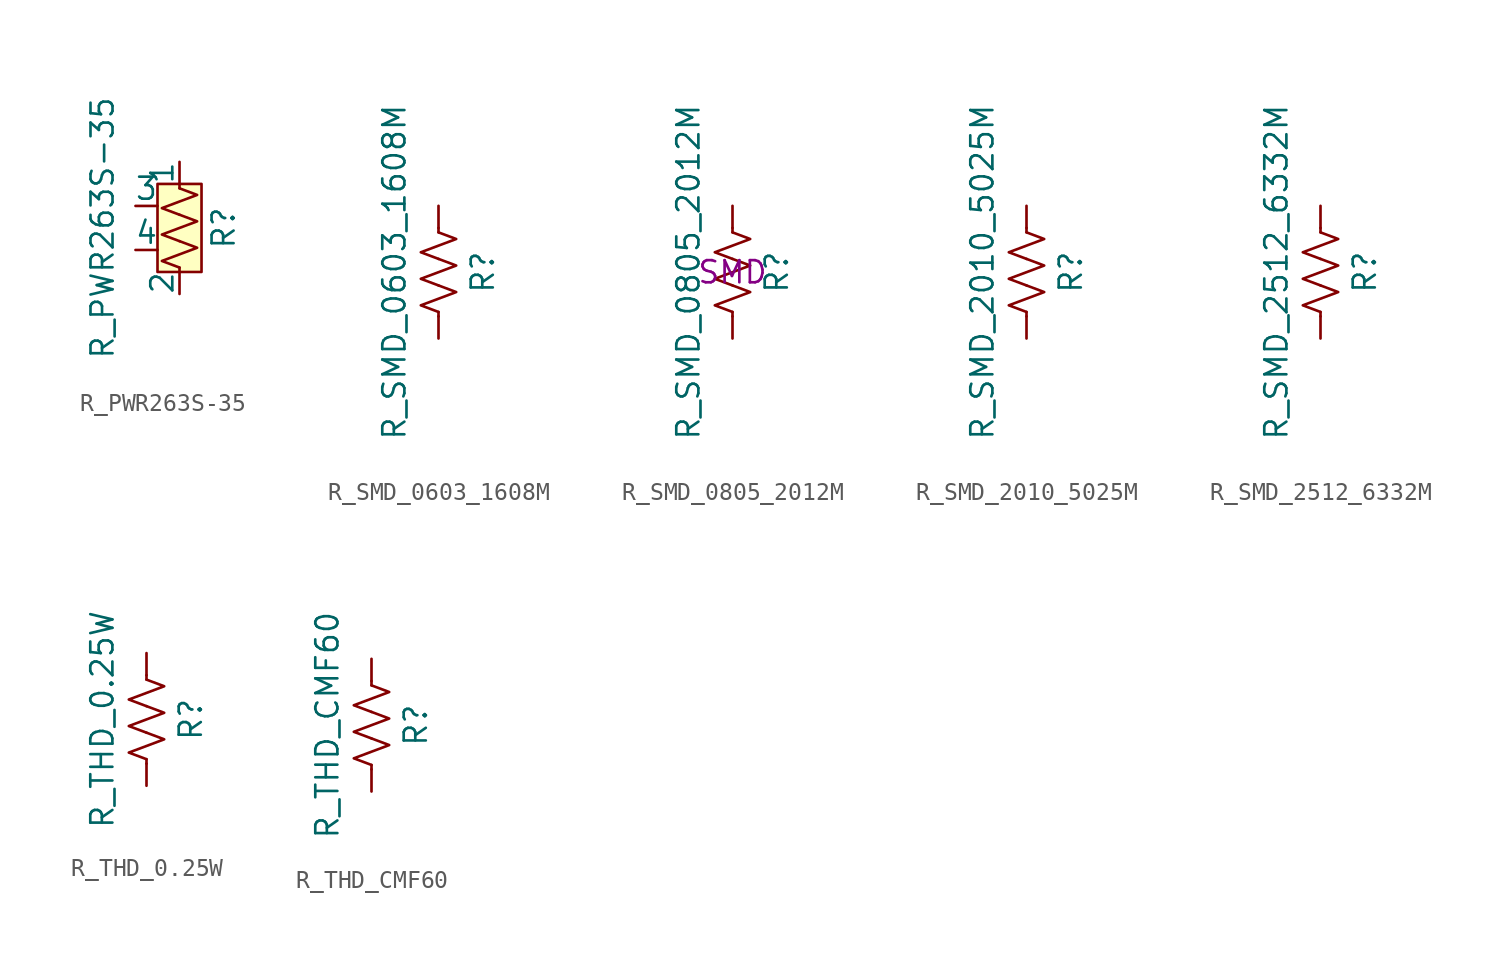
<source format=kicad_sym>
(kicad_symbol_lib
  (version 20231120)
  (generator "kicad_symbol_editor")
  (generator_version "8.0")
  (symbol "R_PWR263S-35"
    (pin_numbers hide)
    (pin_names
      (offset 0))
    (property "Reference" "R"
      (at 2.54 0 90)
      (effects (font (size 1.27 1.27))))
    (property "Value" "R_PWR263S-35"
      (at -4.445 0 90)
      (effects (font (size 1.27 1.27))))
    (symbol "R_PWR263S-35_0_1"
      (rectangle (start -1.27 2.54) (end 1.27 -2.54) (stroke (width 0) (type default)) (fill (type background)))
      (polyline (pts (xy 0 -2.286) (xy 0 -2.54)) (stroke (width 0) (type default)) (fill (type none)))
      (polyline (pts (xy 0 2.286) (xy 0 2.54)) (stroke (width 0) (type default)) (fill (type none)))
      (polyline (pts (xy 0 -0.762) (xy 1.016 -1.143) (xy 0 -1.524) (xy -1.016 -1.905) (xy 0 -2.286)) (stroke (width 0) (type default)) (fill (type none)))
      (polyline (pts (xy 0 0.762) (xy 1.016 0.381) (xy 0 0) (xy -1.016 -0.381) (xy 0 -0.762)) (stroke (width 0) (type default)) (fill (type none)))
      (polyline (pts (xy 0 2.286) (xy 1.016 1.905) (xy 0 1.524) (xy -1.016 1.143) (xy 0 0.762)) (stroke (width 0) (type default)) (fill (type none))))
    (symbol "R_PWR263S-35_1_1"
      (pin passive line (at 0 3.81 270) (length 1.27) (name "1" (effects (font (size 1.27 1.27)))) (number "1" (effects (font (size 1.27 1.27)))))
      (pin passive line (at 0 -3.81 90) (length 1.27) (name "2" (effects (font (size 1.27 1.27)))) (number "2" (effects (font (size 1.27 1.27)))))
      (pin passive line (at -2.54 1.27 0) (length 1.27) (name "3" (effects (font (size 1.27 1.27)))) (number "3" (effects (font (size 1.27 1.27)))))
      (pin passive line (at -2.54 -1.27 0) (length 1.27) (name "4" (effects (font (size 1.27 1.27)))) (number "4" (effects (font (size 1.27 1.27)))))))
  (symbol "R_SMD_0603_1608M"
    (pin_numbers hide)
    (pin_names
      (offset 0))
    (property "Reference" "R"
      (at 2.54 0 90)
      (effects (font (size 1.27 1.27))))
    (property "Value" "R_SMD_0603_1608M"
      (at -2.54 0 90)
      (effects (font (size 1.27 1.27))))
    (symbol "R_SMD_0603_1608M_0_1"
      (polyline (pts (xy 0 -2.286) (xy 0 -2.54)) (stroke (width 0) (type default)) (fill (type none)))
      (polyline (pts (xy 0 2.286) (xy 0 2.54)) (stroke (width 0) (type default)) (fill (type none)))
      (polyline (pts (xy 0 -0.762) (xy 1.016 -1.143) (xy 0 -1.524) (xy -1.016 -1.905) (xy 0 -2.286)) (stroke (width 0) (type default)) (fill (type none)))
      (polyline (pts (xy 0 0.762) (xy 1.016 0.381) (xy 0 0) (xy -1.016 -0.381) (xy 0 -0.762)) (stroke (width 0) (type default)) (fill (type none)))
      (polyline (pts (xy 0 2.286) (xy 1.016 1.905) (xy 0 1.524) (xy -1.016 1.143) (xy 0 0.762)) (stroke (width 0) (type default)) (fill (type none))))
    (symbol "R_SMD_0603_1608M_1_1"
      (pin passive line (at 0 3.81 270) (length 1.27) (name "~" (effects (font (size 1.27 1.27)))) (number "1" (effects (font (size 1.27 1.27)))))
      (pin passive line (at 0 -3.81 90) (length 1.27) (name "~" (effects (font (size 1.27 1.27)))) (number "2" (effects (font (size 1.27 1.27)))))))
  (symbol "R_SMD_0805_2012M"
    (pin_numbers hide)
    (pin_names
      (offset 0))
    (property "Reference" "R"
      (at 2.54 0 90)
      (effects (font (size 1.27 1.27))))
    (property "Value" "R_SMD_0805_2012M"
      (at -2.54 0 90)
      (effects (font (size 1.27 1.27))))
    (property "Type" "SMD"
      (at 0 0 0)
      (effects (font (size 1.27 1.27))))
    (symbol "R_SMD_0805_2012M_0_1"
      (polyline (pts (xy 0 -2.286) (xy 0 -2.54)) (stroke (width 0) (type default)) (fill (type none)))
      (polyline (pts (xy 0 2.286) (xy 0 2.54)) (stroke (width 0) (type default)) (fill (type none)))
      (polyline (pts (xy 0 -0.762) (xy 1.016 -1.143) (xy 0 -1.524) (xy -1.016 -1.905) (xy 0 -2.286)) (stroke (width 0) (type default)) (fill (type none)))
      (polyline (pts (xy 0 0.762) (xy 1.016 0.381) (xy 0 0) (xy -1.016 -0.381) (xy 0 -0.762)) (stroke (width 0) (type default)) (fill (type none)))
      (polyline (pts (xy 0 2.286) (xy 1.016 1.905) (xy 0 1.524) (xy -1.016 1.143) (xy 0 0.762)) (stroke (width 0) (type default)) (fill (type none))))
    (symbol "R_SMD_0805_2012M_1_1"
      (pin passive line (at 0 3.81 270) (length 1.27) (name "~" (effects (font (size 1.27 1.27)))) (number "1" (effects (font (size 1.27 1.27)))))
      (pin passive line (at 0 -3.81 90) (length 1.27) (name "~" (effects (font (size 1.27 1.27)))) (number "2" (effects (font (size 1.27 1.27)))))))
  (symbol "R_SMD_2010_5025M"
    (pin_numbers hide)
    (pin_names
      (offset 0))
    (property "Reference" "R"
      (at 2.54 0 90)
      (effects (font (size 1.27 1.27))))
    (property "Value" "R_SMD_2010_5025M"
      (at -2.54 0 90)
      (effects (font (size 1.27 1.27))))
    (symbol "R_SMD_2010_5025M_0_1"
      (polyline (pts (xy 0 -2.286) (xy 0 -2.54)) (stroke (width 0) (type default)) (fill (type none)))
      (polyline (pts (xy 0 2.286) (xy 0 2.54)) (stroke (width 0) (type default)) (fill (type none)))
      (polyline (pts (xy 0 -0.762) (xy 1.016 -1.143) (xy 0 -1.524) (xy -1.016 -1.905) (xy 0 -2.286)) (stroke (width 0) (type default)) (fill (type none)))
      (polyline (pts (xy 0 0.762) (xy 1.016 0.381) (xy 0 0) (xy -1.016 -0.381) (xy 0 -0.762)) (stroke (width 0) (type default)) (fill (type none)))
      (polyline (pts (xy 0 2.286) (xy 1.016 1.905) (xy 0 1.524) (xy -1.016 1.143) (xy 0 0.762)) (stroke (width 0) (type default)) (fill (type none))))
    (symbol "R_SMD_2010_5025M_1_1"
      (pin passive line (at 0 3.81 270) (length 1.27) (name "~" (effects (font (size 1.27 1.27)))) (number "1" (effects (font (size 1.27 1.27)))))
      (pin passive line (at 0 -3.81 90) (length 1.27) (name "~" (effects (font (size 1.27 1.27)))) (number "2" (effects (font (size 1.27 1.27)))))))
  (symbol "R_SMD_2512_6332M"
    (pin_numbers hide)
    (pin_names
      (offset 0))
    (property "Reference" "R"
      (at 2.54 0 90)
      (effects (font (size 1.27 1.27))))
    (property "Value" "R_SMD_2512_6332M"
      (at -2.54 0 90)
      (effects (font (size 1.27 1.27))))
    (symbol "R_SMD_2512_6332M_0_1"
      (polyline (pts (xy 0 -2.286) (xy 0 -2.54)) (stroke (width 0) (type default)) (fill (type none)))
      (polyline (pts (xy 0 2.286) (xy 0 2.54)) (stroke (width 0) (type default)) (fill (type none)))
      (polyline (pts (xy 0 -0.762) (xy 1.016 -1.143) (xy 0 -1.524) (xy -1.016 -1.905) (xy 0 -2.286)) (stroke (width 0) (type default)) (fill (type none)))
      (polyline (pts (xy 0 0.762) (xy 1.016 0.381) (xy 0 0) (xy -1.016 -0.381) (xy 0 -0.762)) (stroke (width 0) (type default)) (fill (type none)))
      (polyline (pts (xy 0 2.286) (xy 1.016 1.905) (xy 0 1.524) (xy -1.016 1.143) (xy 0 0.762)) (stroke (width 0) (type default)) (fill (type none))))
    (symbol "R_SMD_2512_6332M_1_1"
      (pin passive line (at 0 3.81 270) (length 1.27) (name "~" (effects (font (size 1.27 1.27)))) (number "1" (effects (font (size 1.27 1.27)))))
      (pin passive line (at 0 -3.81 90) (length 1.27) (name "~" (effects (font (size 1.27 1.27)))) (number "2" (effects (font (size 1.27 1.27)))))))
  (symbol "R_THD_0.25W"
    (pin_numbers hide)
    (pin_names
      (offset 0))
    (property "Reference" "R"
      (at 2.54 0 90)
      (effects (font (size 1.27 1.27))))
    (property "Value" "R_THD_0.25W"
      (at -2.54 0 90)
      (effects (font (size 1.27 1.27))))
    (symbol "R_THD_0.25W_0_1"
      (polyline (pts (xy 0 -2.286) (xy 0 -2.54)) (stroke (width 0) (type default)) (fill (type none)))
      (polyline (pts (xy 0 2.286) (xy 0 2.54)) (stroke (width 0) (type default)) (fill (type none)))
      (polyline (pts (xy 0 -0.762) (xy 1.016 -1.143) (xy 0 -1.524) (xy -1.016 -1.905) (xy 0 -2.286)) (stroke (width 0) (type default)) (fill (type none)))
      (polyline (pts (xy 0 0.762) (xy 1.016 0.381) (xy 0 0) (xy -1.016 -0.381) (xy 0 -0.762)) (stroke (width 0) (type default)) (fill (type none)))
      (polyline (pts (xy 0 2.286) (xy 1.016 1.905) (xy 0 1.524) (xy -1.016 1.143) (xy 0 0.762)) (stroke (width 0) (type default)) (fill (type none))))
    (symbol "R_THD_0.25W_1_1"
      (pin passive line (at 0 3.81 270) (length 1.27) (name "~" (effects (font (size 1.27 1.27)))) (number "1" (effects (font (size 1.27 1.27)))))
      (pin passive line (at 0 -3.81 90) (length 1.27) (name "~" (effects (font (size 1.27 1.27)))) (number "2" (effects (font (size 1.27 1.27)))))))
  (symbol "R_THD_CMF60"
    (pin_numbers hide)
    (pin_names
      (offset 0))
    (property "Reference" "R"
      (at 2.54 0 90)
      (effects (font (size 1.27 1.27))))
    (property "Value" "R_THD_CMF60"
      (at -2.54 0 90)
      (effects (font (size 1.27 1.27))))
    (symbol "R_THD_CMF60_0_1"
      (polyline (pts (xy 0 -2.286) (xy 0 -2.54)) (stroke (width 0) (type default)) (fill (type none)))
      (polyline (pts (xy 0 2.286) (xy 0 2.54)) (stroke (width 0) (type default)) (fill (type none)))
      (polyline (pts (xy 0 -0.762) (xy 1.016 -1.143) (xy 0 -1.524) (xy -1.016 -1.905) (xy 0 -2.286)) (stroke (width 0) (type default)) (fill (type none)))
      (polyline (pts (xy 0 0.762) (xy 1.016 0.381) (xy 0 0) (xy -1.016 -0.381) (xy 0 -0.762)) (stroke (width 0) (type default)) (fill (type none)))
      (polyline (pts (xy 0 2.286) (xy 1.016 1.905) (xy 0 1.524) (xy -1.016 1.143) (xy 0 0.762)) (stroke (width 0) (type default)) (fill (type none))))
    (symbol "R_THD_CMF60_1_1"
      (pin passive line (at 0 3.81 270) (length 1.27) (name "~" (effects (font (size 1.27 1.27)))) (number "1" (effects (font (size 1.27 1.27)))))
      (pin passive line (at 0 -3.81 90) (length 1.27) (name "~" (effects (font (size 1.27 1.27)))) (number "2" (effects (font (size 1.27 1.27))))))))
</source>
